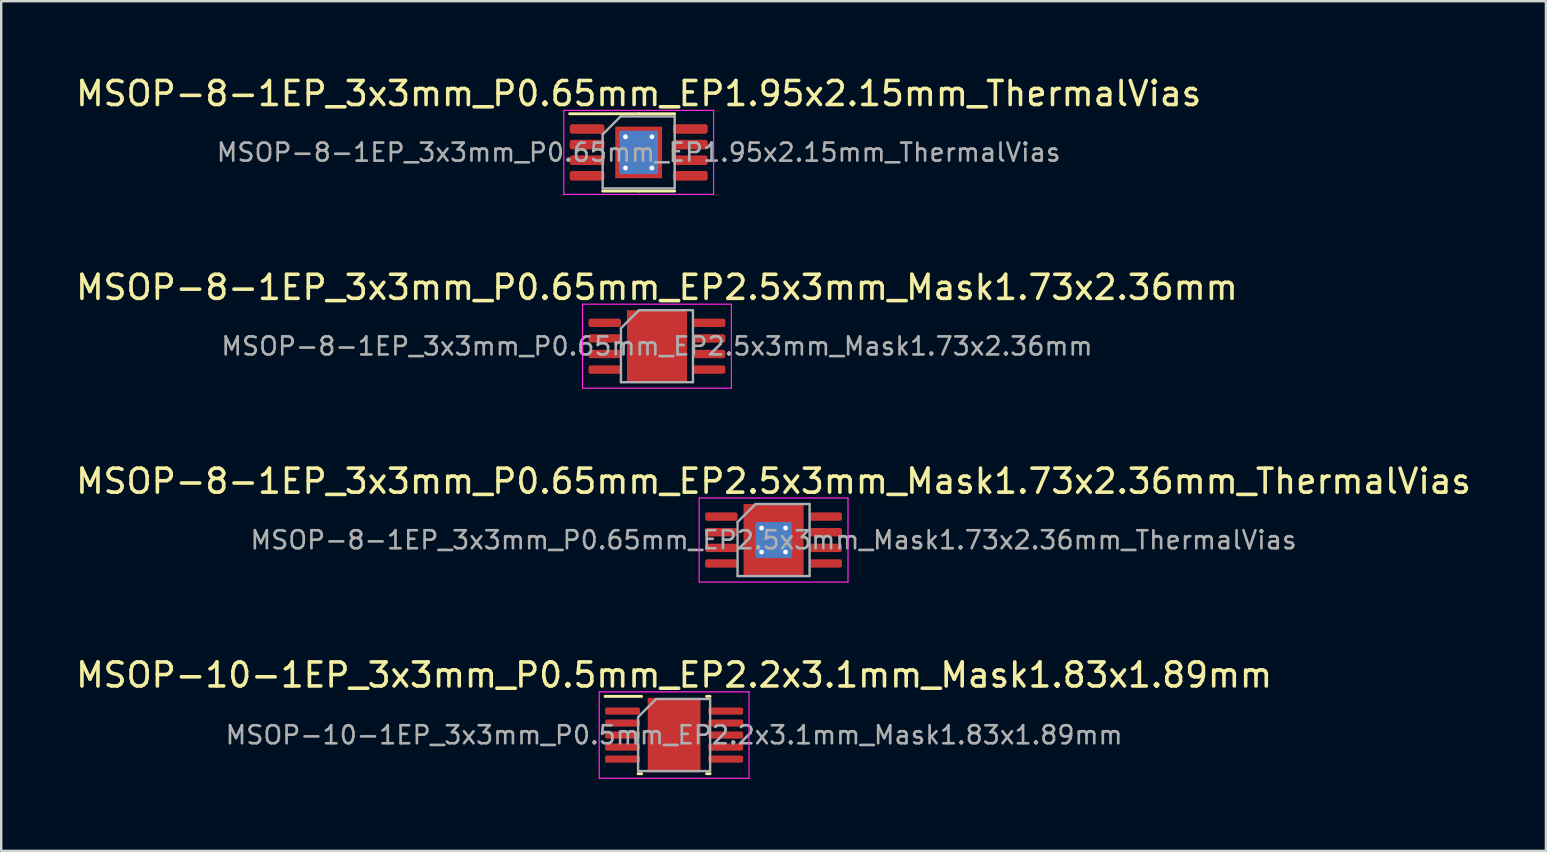
<source format=kicad_pcb>
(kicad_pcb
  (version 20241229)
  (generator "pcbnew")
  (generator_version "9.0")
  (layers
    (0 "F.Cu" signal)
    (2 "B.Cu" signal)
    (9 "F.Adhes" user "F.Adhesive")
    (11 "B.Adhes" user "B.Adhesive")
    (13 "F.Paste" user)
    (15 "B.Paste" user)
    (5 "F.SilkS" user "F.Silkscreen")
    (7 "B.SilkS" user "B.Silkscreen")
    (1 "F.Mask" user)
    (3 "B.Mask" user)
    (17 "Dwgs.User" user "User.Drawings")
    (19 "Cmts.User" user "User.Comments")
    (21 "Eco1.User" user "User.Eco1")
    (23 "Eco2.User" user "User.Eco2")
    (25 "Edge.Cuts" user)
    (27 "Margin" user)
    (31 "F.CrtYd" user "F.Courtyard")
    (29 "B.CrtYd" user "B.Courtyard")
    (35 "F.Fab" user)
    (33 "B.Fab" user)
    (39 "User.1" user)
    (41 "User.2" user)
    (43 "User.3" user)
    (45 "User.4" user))
  (footprint "MSOP-8-1EP_3x3mm_P0.65mm_EP1.95x2.15mm_ThermalVias"
    (layer "F.Cu")
    (at 23.554 3.298)
    (property "Reference" "MSOP-8-1EP_3x3mm_P0.65mm_EP1.95x2.15mm_ThermalVias" (at 0 -2.45 0) (layer "F.SilkS") (effects (font (size 1 1) (thickness 0.15))))
    (attr smd)
    (fp_line (start 0 -1.61) (end -2.875 -1.61) (stroke (width 0.12) (type solid)) (layer "F.SilkS"))
    (fp_line (start 0 -1.61) (end 1.5 -1.61) (stroke (width 0.12) (type solid)) (layer "F.SilkS"))
    (fp_line (start 0 1.61) (end -1.5 1.61) (stroke (width 0.12) (type solid)) (layer "F.SilkS"))
    (fp_line (start 0 1.61) (end 1.5 1.61) (stroke (width 0.12) (type solid)) (layer "F.SilkS"))
    (fp_line (start -3.12 -1.75) (end -3.12 1.75) (stroke (width 0.05) (type solid)) (layer "F.CrtYd"))
    (fp_line (start -3.12 1.75) (end 3.12 1.75) (stroke (width 0.05) (type solid)) (layer "F.CrtYd"))
    (fp_line (start 3.12 -1.75) (end -3.12 -1.75) (stroke (width 0.05) (type solid)) (layer "F.CrtYd"))
    (fp_line (start 3.12 1.75) (end 3.12 -1.75) (stroke (width 0.05) (type solid)) (layer "F.CrtYd"))
    (fp_line (start -1.5 -0.75) (end -0.75 -1.5) (stroke (width 0.1) (type solid)) (layer "F.Fab"))
    (fp_line (start -1.5 1.5) (end -1.5 -0.75) (stroke (width 0.1) (type solid)) (layer "F.Fab"))
    (fp_line (start -0.75 -1.5) (end 1.5 -1.5) (stroke (width 0.1) (type solid)) (layer "F.Fab"))
    (fp_line (start 1.5 -1.5) (end 1.5 1.5) (stroke (width 0.1) (type solid)) (layer "F.Fab"))
    (fp_line (start 1.5 1.5) (end -1.5 1.5) (stroke (width 0.1) (type solid)) (layer "F.Fab"))
    (fp_text user "${REFERENCE}" (at 0 0 0) (layer "F.Fab") (effects (font (size 0.75 0.75) (thickness 0.11))))
    (pad "" smd roundrect (at -0.49 -0.54) (size 0.82 0.9) (layers "F.Paste") (roundrect_rratio 0.25))
    (pad "" smd roundrect (at -0.49 0.54) (size 0.82 0.9) (layers "F.Paste") (roundrect_rratio 0.25))
    (pad "" smd roundrect (at 0.49 -0.54) (size 0.82 0.9) (layers "F.Paste") (roundrect_rratio 0.25))
    (pad "" smd roundrect (at 0.49 0.54) (size 0.82 0.9) (layers "F.Paste") (roundrect_rratio 0.25))
    (pad "1" smd roundrect (at -2.15 -0.975) (size 1.45 0.4) (layers "F.Cu" "F.Mask" "F.Paste") (roundrect_rratio 0.25))
    (pad "2" smd roundrect (at -2.15 -0.325) (size 1.45 0.4) (layers "F.Cu" "F.Mask" "F.Paste") (roundrect_rratio 0.25))
    (pad "3" smd roundrect (at -2.15 0.325) (size 1.45 0.4) (layers "F.Cu" "F.Mask" "F.Paste") (roundrect_rratio 0.25))
    (pad "4" smd roundrect (at -2.15 0.975) (size 1.45 0.4) (layers "F.Cu" "F.Mask" "F.Paste") (roundrect_rratio 0.25))
    (pad "5" smd roundrect (at 2.15 0.975) (size 1.45 0.4) (layers "F.Cu" "F.Mask" "F.Paste") (roundrect_rratio 0.25))
    (pad "6" smd roundrect (at 2.15 0.325) (size 1.45 0.4) (layers "F.Cu" "F.Mask" "F.Paste") (roundrect_rratio 0.25))
    (pad "7" smd roundrect (at 2.15 -0.325) (size 1.45 0.4) (layers "F.Cu" "F.Mask" "F.Paste") (roundrect_rratio 0.25))
    (pad "8" smd roundrect (at 2.15 -0.975) (size 1.45 0.4) (layers "F.Cu" "F.Mask" "F.Paste") (roundrect_rratio 0.25))
    (pad "9" thru_hole circle (at -0.55 -0.65) (size 0.5 0.5) (drill 0.2) (layers "*.Cu"))
    (pad "9" thru_hole circle (at -0.55 0.65) (size 0.5 0.5) (drill 0.2) (layers "*.Cu"))
    (pad "9" smd rect (at 0 0) (size 1.6 1.8) (layers "B.Cu"))
    (pad "9" smd rect (at 0 0) (size 1.95 2.15) (layers "F.Cu" "F.Mask"))
    (pad "9" thru_hole circle (at 0.55 -0.65) (size 0.5 0.5) (drill 0.2) (layers "*.Cu"))
    (pad "9" thru_hole circle (at 0.55 0.65) (size 0.5 0.5) (drill 0.2) (layers "*.Cu")))
  (footprint "MSOP-8-1EP_3x3mm_P0.65mm_EP2.5x3mm_Mask1.73x2.36mm"
    (layer "F.Cu")
    (at 24.315 11.371)
    (property "Reference" "MSOP-8-1EP_3x3mm_P0.65mm_EP2.5x3mm_Mask1.73x2.36mm" (at 0 -2.45 0) (layer "F.SilkS") (effects (font (size 1 1) (thickness 0.15))))
    (attr smd)
    (fp_line (start -3.1 -1.75) (end -3.1 1.75) (stroke (width 0.05) (type solid)) (layer "F.CrtYd"))
    (fp_line (start -3.1 1.75) (end 3.1 1.75) (stroke (width 0.05) (type solid)) (layer "F.CrtYd"))
    (fp_line (start 3.1 -1.75) (end -3.1 -1.75) (stroke (width 0.05) (type solid)) (layer "F.CrtYd"))
    (fp_line (start 3.1 1.75) (end 3.1 -1.75) (stroke (width 0.05) (type solid)) (layer "F.CrtYd"))
    (fp_line (start -1.5 -0.75) (end -0.75 -1.5) (stroke (width 0.1) (type solid)) (layer "F.Fab"))
    (fp_line (start -1.5 1.5) (end -1.5 -0.75) (stroke (width 0.1) (type solid)) (layer "F.Fab"))
    (fp_line (start -0.75 -1.5) (end 1.5 -1.5) (stroke (width 0.1) (type solid)) (layer "F.Fab"))
    (fp_line (start 1.5 -1.5) (end 1.5 1.5) (stroke (width 0.1) (type solid)) (layer "F.Fab"))
    (fp_line (start 1.5 1.5) (end -1.5 1.5) (stroke (width 0.1) (type solid)) (layer "F.Fab"))
    (fp_text user "${REFERENCE}" (at 0 0 0) (layer "F.Fab") (effects (font (size 0.75 0.75) (thickness 0.11))))
    (pad "" smd roundrect (at -0.43 -0.59) (size 0.7 0.95) (layers "F.Paste") (roundrect_rratio 0.25))
    (pad "" smd roundrect (at -0.43 0.59) (size 0.7 0.95) (layers "F.Paste") (roundrect_rratio 0.25))
    (pad "" smd rect (at 0 0) (size 1.73 2.36) (layers "F.Mask"))
    (pad "" smd roundrect (at 0.43 -0.59) (size 0.7 0.95) (layers "F.Paste") (roundrect_rratio 0.25))
    (pad "" smd roundrect (at 0.43 0.59) (size 0.7 0.95) (layers "F.Paste") (roundrect_rratio 0.25))
    (pad "1" smd roundrect (at -2.175 -0.975) (size 1.35 0.35) (layers "F.Cu" "F.Mask" "F.Paste") (roundrect_rratio 0.25))
    (pad "2" smd roundrect (at -2.175 -0.325) (size 1.35 0.35) (layers "F.Cu" "F.Mask" "F.Paste") (roundrect_rratio 0.25))
    (pad "3" smd roundrect (at -2.175 0.325) (size 1.35 0.35) (layers "F.Cu" "F.Mask" "F.Paste") (roundrect_rratio 0.25))
    (pad "4" smd roundrect (at -2.175 0.975) (size 1.35 0.35) (layers "F.Cu" "F.Mask" "F.Paste") (roundrect_rratio 0.25))
    (pad "5" smd roundrect (at 2.175 0.975) (size 1.35 0.35) (layers "F.Cu" "F.Mask" "F.Paste") (roundrect_rratio 0.25))
    (pad "6" smd roundrect (at 2.175 0.325) (size 1.35 0.35) (layers "F.Cu" "F.Mask" "F.Paste") (roundrect_rratio 0.25))
    (pad "7" smd roundrect (at 2.175 -0.325) (size 1.35 0.35) (layers "F.Cu" "F.Mask" "F.Paste") (roundrect_rratio 0.25))
    (pad "8" smd roundrect (at 2.175 -0.975) (size 1.35 0.35) (layers "F.Cu" "F.Mask" "F.Paste") (roundrect_rratio 0.25))
    (pad "9" smd rect (at 0 0) (size 2.5 3) (layers "F.Cu")))
  (footprint "MSOP-10-1EP_3x3mm_P0.5mm_EP2.2x3.1mm_Mask1.83x1.89mm"
    (layer "F.Cu")
    (at 25.03 27.568)
    (property "Reference" "MSOP-10-1EP_3x3mm_P0.5mm_EP2.2x3.1mm_Mask1.83x1.89mm" (at 0 -2.5 0) (layer "F.SilkS") (effects (font (size 1 1) (thickness 0.15))))
    (attr smd)
    (fp_line (start -1.353 -1.61) (end -2.875 -1.61) (stroke (width 0.12) (type solid)) (layer "F.SilkS"))
    (fp_line (start -1.353 1.61) (end -1.5 1.61) (stroke (width 0.12) (type solid)) (layer "F.SilkS"))
    (fp_line (start 1.353 -1.61) (end 1.5 -1.61) (stroke (width 0.12) (type solid)) (layer "F.SilkS"))
    (fp_line (start 1.353 1.61) (end 1.5 1.61) (stroke (width 0.12) (type solid)) (layer "F.SilkS"))
    (fp_line (start -3.12 -1.8) (end -3.12 1.8) (stroke (width 0.05) (type solid)) (layer "F.CrtYd"))
    (fp_line (start -3.12 1.8) (end 3.12 1.8) (stroke (width 0.05) (type solid)) (layer "F.CrtYd"))
    (fp_line (start 3.12 -1.8) (end -3.12 -1.8) (stroke (width 0.05) (type solid)) (layer "F.CrtYd"))
    (fp_line (start 3.12 1.8) (end 3.12 -1.8) (stroke (width 0.05) (type solid)) (layer "F.CrtYd"))
    (fp_line (start -1.5 -0.75) (end -0.75 -1.5) (stroke (width 0.1) (type solid)) (layer "F.Fab"))
    (fp_line (start -1.5 1.5) (end -1.5 -0.75) (stroke (width 0.1) (type solid)) (layer "F.Fab"))
    (fp_line (start -0.75 -1.5) (end 1.5 -1.5) (stroke (width 0.1) (type solid)) (layer "F.Fab"))
    (fp_line (start 1.5 -1.5) (end 1.5 1.5) (stroke (width 0.1) (type solid)) (layer "F.Fab"))
    (fp_line (start 1.5 1.5) (end -1.5 1.5) (stroke (width 0.1) (type solid)) (layer "F.Fab"))
    (fp_text user "${REFERENCE}" (at 0 0 0) (layer "F.Fab") (effects (font (size 0.75 0.75) (thickness 0.11))))
    (pad "" smd roundrect (at -0.46 -0.47) (size 0.74 0.76) (layers "F.Paste") (roundrect_rratio 0.25))
    (pad "" smd roundrect (at -0.46 0.47) (size 0.74 0.76) (layers "F.Paste") (roundrect_rratio 0.25))
    (pad "" smd rect (at 0 0) (size 1.83 1.89) (layers "F.Mask"))
    (pad "" smd roundrect (at 0.46 -0.47) (size 0.74 0.76) (layers "F.Paste") (roundrect_rratio 0.25))
    (pad "" smd roundrect (at 0.46 0.47) (size 0.74 0.76) (layers "F.Paste") (roundrect_rratio 0.25))
    (pad "1" smd roundrect (at -2.15 -1) (size 1.45 0.3) (layers "F.Cu" "F.Mask" "F.Paste") (roundrect_rratio 0.25))
    (pad "2" smd roundrect (at -2.15 -0.5) (size 1.45 0.3) (layers "F.Cu" "F.Mask" "F.Paste") (roundrect_rratio 0.25))
    (pad "3" smd roundrect (at -2.15 0) (size 1.45 0.3) (layers "F.Cu" "F.Mask" "F.Paste") (roundrect_rratio 0.25))
    (pad "4" smd roundrect (at -2.15 0.5) (size 1.45 0.3) (layers "F.Cu" "F.Mask" "F.Paste") (roundrect_rratio 0.25))
    (pad "5" smd roundrect (at -2.15 1) (size 1.45 0.3) (layers "F.Cu" "F.Mask" "F.Paste") (roundrect_rratio 0.25))
    (pad "6" smd roundrect (at 2.15 1) (size 1.45 0.3) (layers "F.Cu" "F.Mask" "F.Paste") (roundrect_rratio 0.25))
    (pad "7" smd roundrect (at 2.15 0.5) (size 1.45 0.3) (layers "F.Cu" "F.Mask" "F.Paste") (roundrect_rratio 0.25))
    (pad "8" smd roundrect (at 2.15 0) (size 1.45 0.3) (layers "F.Cu" "F.Mask" "F.Paste") (roundrect_rratio 0.25))
    (pad "9" smd roundrect (at 2.15 -0.5) (size 1.45 0.3) (layers "F.Cu" "F.Mask" "F.Paste") (roundrect_rratio 0.25))
    (pad "10" smd roundrect (at 2.15 -1) (size 1.45 0.3) (layers "F.Cu" "F.Mask" "F.Paste") (roundrect_rratio 0.25))
    (pad "11" smd rect (at 0 0) (size 2.2 3.1) (layers "F.Cu")))
  (footprint "MSOP-8-1EP_3x3mm_P0.65mm_EP2.5x3mm_Mask1.73x2.36mm_ThermalVias"
    (layer "F.Cu")
    (at 29.173 19.445)
    (property "Reference" "MSOP-8-1EP_3x3mm_P0.65mm_EP2.5x3mm_Mask1.73x2.36mm_ThermalVias" (at 0 -2.45 0) (layer "F.SilkS") (effects (font (size 1 1) (thickness 0.15))))
    (attr smd)
    (fp_line (start -3.1 -1.75) (end -3.1 1.75) (stroke (width 0.05) (type solid)) (layer "F.CrtYd"))
    (fp_line (start -3.1 1.75) (end 3.1 1.75) (stroke (width 0.05) (type solid)) (layer "F.CrtYd"))
    (fp_line (start 3.1 -1.75) (end -3.1 -1.75) (stroke (width 0.05) (type solid)) (layer "F.CrtYd"))
    (fp_line (start 3.1 1.75) (end 3.1 -1.75) (stroke (width 0.05) (type solid)) (layer "F.CrtYd"))
    (fp_line (start -1.5 -0.75) (end -0.75 -1.5) (stroke (width 0.1) (type solid)) (layer "F.Fab"))
    (fp_line (start -1.5 1.5) (end -1.5 -0.75) (stroke (width 0.1) (type solid)) (layer "F.Fab"))
    (fp_line (start -0.75 -1.5) (end 1.5 -1.5) (stroke (width 0.1) (type solid)) (layer "F.Fab"))
    (fp_line (start 1.5 -1.5) (end 1.5 1.5) (stroke (width 0.1) (type solid)) (layer "F.Fab"))
    (fp_line (start 1.5 1.5) (end -1.5 1.5) (stroke (width 0.1) (type solid)) (layer "F.Fab"))
    (fp_text user "${REFERENCE}" (at 0 0 0) (layer "F.Fab") (effects (font (size 0.75 0.75) (thickness 0.11))))
    (pad "" smd roundrect (at -0.43 -0.59) (size 0.72 0.99) (layers "F.Paste") (roundrect_rratio 0.25))
    (pad "" smd roundrect (at -0.43 0.59) (size 0.72 0.99) (layers "F.Paste") (roundrect_rratio 0.25))
    (pad "" smd rect (at 0 0) (size 1.73 2.36) (layers "F.Mask"))
    (pad "" smd roundrect (at 0.43 -0.59) (size 0.72 0.99) (layers "F.Paste") (roundrect_rratio 0.25))
    (pad "" smd roundrect (at 0.43 0.59) (size 0.72 0.99) (layers "F.Paste") (roundrect_rratio 0.25))
    (pad "1" smd roundrect (at -2.175 -0.975) (size 1.35 0.35) (layers "F.Cu" "F.Mask" "F.Paste") (roundrect_rratio 0.25))
    (pad "2" smd roundrect (at -2.175 -0.325) (size 1.35 0.35) (layers "F.Cu" "F.Mask" "F.Paste") (roundrect_rratio 0.25))
    (pad "3" smd roundrect (at -2.175 0.325) (size 1.35 0.35) (layers "F.Cu" "F.Mask" "F.Paste") (roundrect_rratio 0.25))
    (pad "4" smd roundrect (at -2.175 0.975) (size 1.35 0.35) (layers "F.Cu" "F.Mask" "F.Paste") (roundrect_rratio 0.25))
    (pad "5" smd roundrect (at 2.175 0.975) (size 1.35 0.35) (layers "F.Cu" "F.Mask" "F.Paste") (roundrect_rratio 0.25))
    (pad "6" smd roundrect (at 2.175 0.325) (size 1.35 0.35) (layers "F.Cu" "F.Mask" "F.Paste") (roundrect_rratio 0.25))
    (pad "7" smd roundrect (at 2.175 -0.325) (size 1.35 0.35) (layers "F.Cu" "F.Mask" "F.Paste") (roundrect_rratio 0.25))
    (pad "8" smd roundrect (at 2.175 -0.975) (size 1.35 0.35) (layers "F.Cu" "F.Mask" "F.Paste") (roundrect_rratio 0.25))
    (pad "9" thru_hole circle (at -0.5 -0.5) (size 0.5 0.5) (drill 0.2) (layers "*.Cu"))
    (pad "9" thru_hole circle (at -0.5 0.5) (size 0.5 0.5) (drill 0.2) (layers "*.Cu"))
    (pad "9" smd rect (at 0 0) (size 1.5 1.5) (layers "B.Cu"))
    (pad "9" smd rect (at 0 0) (size 2.5 3) (layers "F.Cu"))
    (pad "9" thru_hole circle (at 0.5 -0.5) (size 0.5 0.5) (drill 0.2) (layers "*.Cu"))
    (pad "9" thru_hole circle (at 0.5 0.5) (size 0.5 0.5) (drill 0.2) (layers "*.Cu")))
  (gr_rect
    (start -3 -3)
    (end 61.345 32.393)
    (stroke (width 0.1) (type default))
    (fill no)
    (layer "Edge.Cuts")))
</source>
